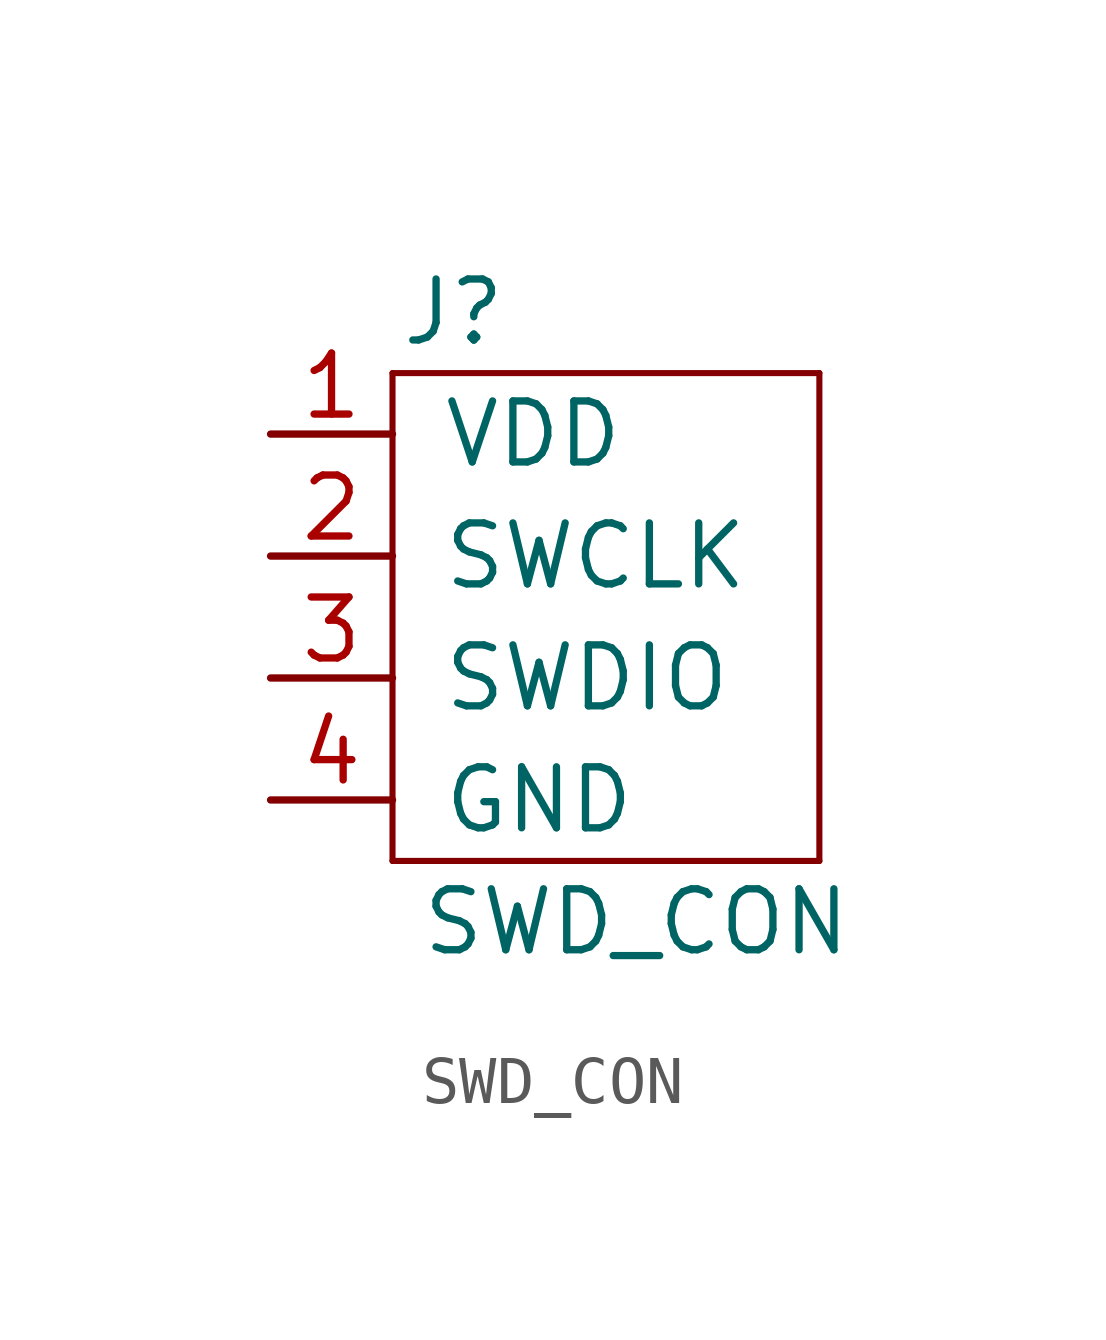
<source format=kicad_sym>
(kicad_symbol_lib
  (version 20211014)
  (generator kicad_symbol_editor)
  (symbol "SWD_CON"
    (pin_names
      (offset 1.016))
    (property "Reference" "J"
      (at 3.81 10.16 0)
      (effects (font (size 1.27 1.27))))
    (property "Value" "SWD_CON"
      (at 7.62 -2.54 0)
      (effects (font (size 1.27 1.27))))
    (symbol "SWD_CON_0_1"
      (rectangle (start 2.54 -1.27) (end 11.43 -1.27) (stroke (width 0.127) (type default)) (fill (type none)))
      (rectangle (start 2.54 8.89) (end 2.54 -1.27) (stroke (width 0.127) (type default)) (fill (type none)))
      (rectangle (start 11.43 -1.27) (end 11.43 8.89) (stroke (width 0.127) (type default)) (fill (type none)))
      (rectangle (start 11.43 8.89) (end 2.54 8.89) (stroke (width 0.127) (type default)) (fill (type none))))
    (symbol "SWD_CON_1_1"
      (pin power_in line (at 0 7.62 0) (length 2.54) (name "VDD" (effects (font (size 1.27 1.27)))) (number "1" (effects (font (size 1.27 1.27)))))
      (pin input line (at 0 5.08 0) (length 2.54) (name "SWCLK" (effects (font (size 1.27 1.27)))) (number "2" (effects (font (size 1.27 1.27)))))
      (pin bidirectional line (at 0 2.54 0) (length 2.54) (name "SWDIO" (effects (font (size 1.27 1.27)))) (number "3" (effects (font (size 1.27 1.27)))))
      (pin power_in line (at 0 0 0) (length 2.54) (name "GND" (effects (font (size 1.27 1.27)))) (number "4" (effects (font (size 1.27 1.27))))))))
</source>
